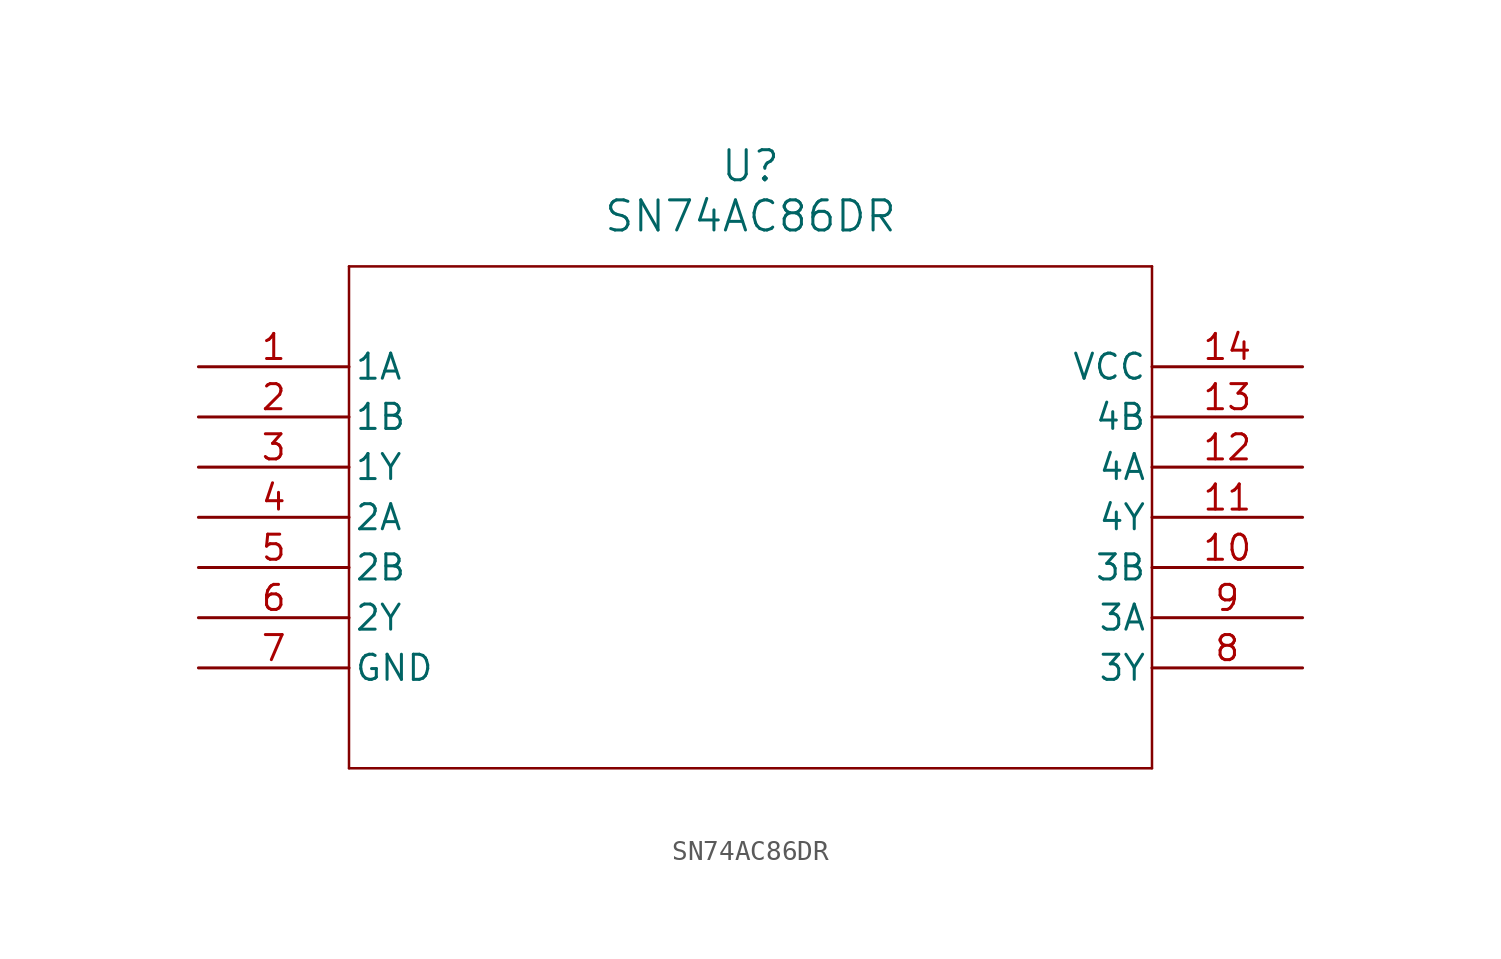
<source format=kicad_sym>
(kicad_symbol_lib
  (version 20211014)
  (generator kicad_symbol_editor)
  (symbol "SN74AC86DR"
    (pin_names
      (offset 0.254))
    (property "Reference" "U"
      (at 27.94 10.16 0)
      (effects (font (size 1.524 1.524))))
    (property "Value" "SN74AC86DR"
      (at 27.94 7.62 0)
      (effects (font (size 1.524 1.524))))
    (symbol "SN74AC86DR_0_1"
      (polyline (pts (xy 7.62 5.08) (xy 7.62 -20.32)) (stroke (width 0.127) (type default) (color 0 0 0 0)) (fill (type none)))
      (polyline (pts (xy 7.62 -20.32) (xy 48.26 -20.32)) (stroke (width 0.127) (type default) (color 0 0 0 0)) (fill (type none)))
      (polyline (pts (xy 48.26 -20.32) (xy 48.26 5.08)) (stroke (width 0.127) (type default) (color 0 0 0 0)) (fill (type none)))
      (polyline (pts (xy 48.26 5.08) (xy 7.62 5.08)) (stroke (width 0.127) (type default) (color 0 0 0 0)) (fill (type none)))
      (pin input line (at 0 0 0) (length 7.62) (name "1A" (effects (font (size 1.27 1.27)))) (number "1" (effects (font (size 1.27 1.27)))))
      (pin input line (at 0 -2.54 0) (length 7.62) (name "1B" (effects (font (size 1.27 1.27)))) (number "2" (effects (font (size 1.27 1.27)))))
      (pin output line (at 0 -5.08 0) (length 7.62) (name "1Y" (effects (font (size 1.27 1.27)))) (number "3" (effects (font (size 1.27 1.27)))))
      (pin input line (at 0 -7.62 0) (length 7.62) (name "2A" (effects (font (size 1.27 1.27)))) (number "4" (effects (font (size 1.27 1.27)))))
      (pin input line (at 0 -10.16 0) (length 7.62) (name "2B" (effects (font (size 1.27 1.27)))) (number "5" (effects (font (size 1.27 1.27)))))
      (pin output line (at 0 -12.7 0) (length 7.62) (name "2Y" (effects (font (size 1.27 1.27)))) (number "6" (effects (font (size 1.27 1.27)))))
      (pin power_in line (at 0 -15.24 0) (length 7.62) (name "GND" (effects (font (size 1.27 1.27)))) (number "7" (effects (font (size 1.27 1.27)))))
      (pin output line (at 55.88 -15.24 180) (length 7.62) (name "3Y" (effects (font (size 1.27 1.27)))) (number "8" (effects (font (size 1.27 1.27)))))
      (pin input line (at 55.88 -12.7 180) (length 7.62) (name "3A" (effects (font (size 1.27 1.27)))) (number "9" (effects (font (size 1.27 1.27)))))
      (pin input line (at 55.88 -10.16 180) (length 7.62) (name "3B" (effects (font (size 1.27 1.27)))) (number "10" (effects (font (size 1.27 1.27)))))
      (pin output line (at 55.88 -7.62 180) (length 7.62) (name "4Y" (effects (font (size 1.27 1.27)))) (number "11" (effects (font (size 1.27 1.27)))))
      (pin input line (at 55.88 -5.08 180) (length 7.62) (name "4A" (effects (font (size 1.27 1.27)))) (number "12" (effects (font (size 1.27 1.27)))))
      (pin input line (at 55.88 -2.54 180) (length 7.62) (name "4B" (effects (font (size 1.27 1.27)))) (number "13" (effects (font (size 1.27 1.27)))))
      (pin power_in line (at 55.88 0 180) (length 7.62) (name "VCC" (effects (font (size 1.27 1.27)))) (number "14" (effects (font (size 1.27 1.27))))))))
</source>
